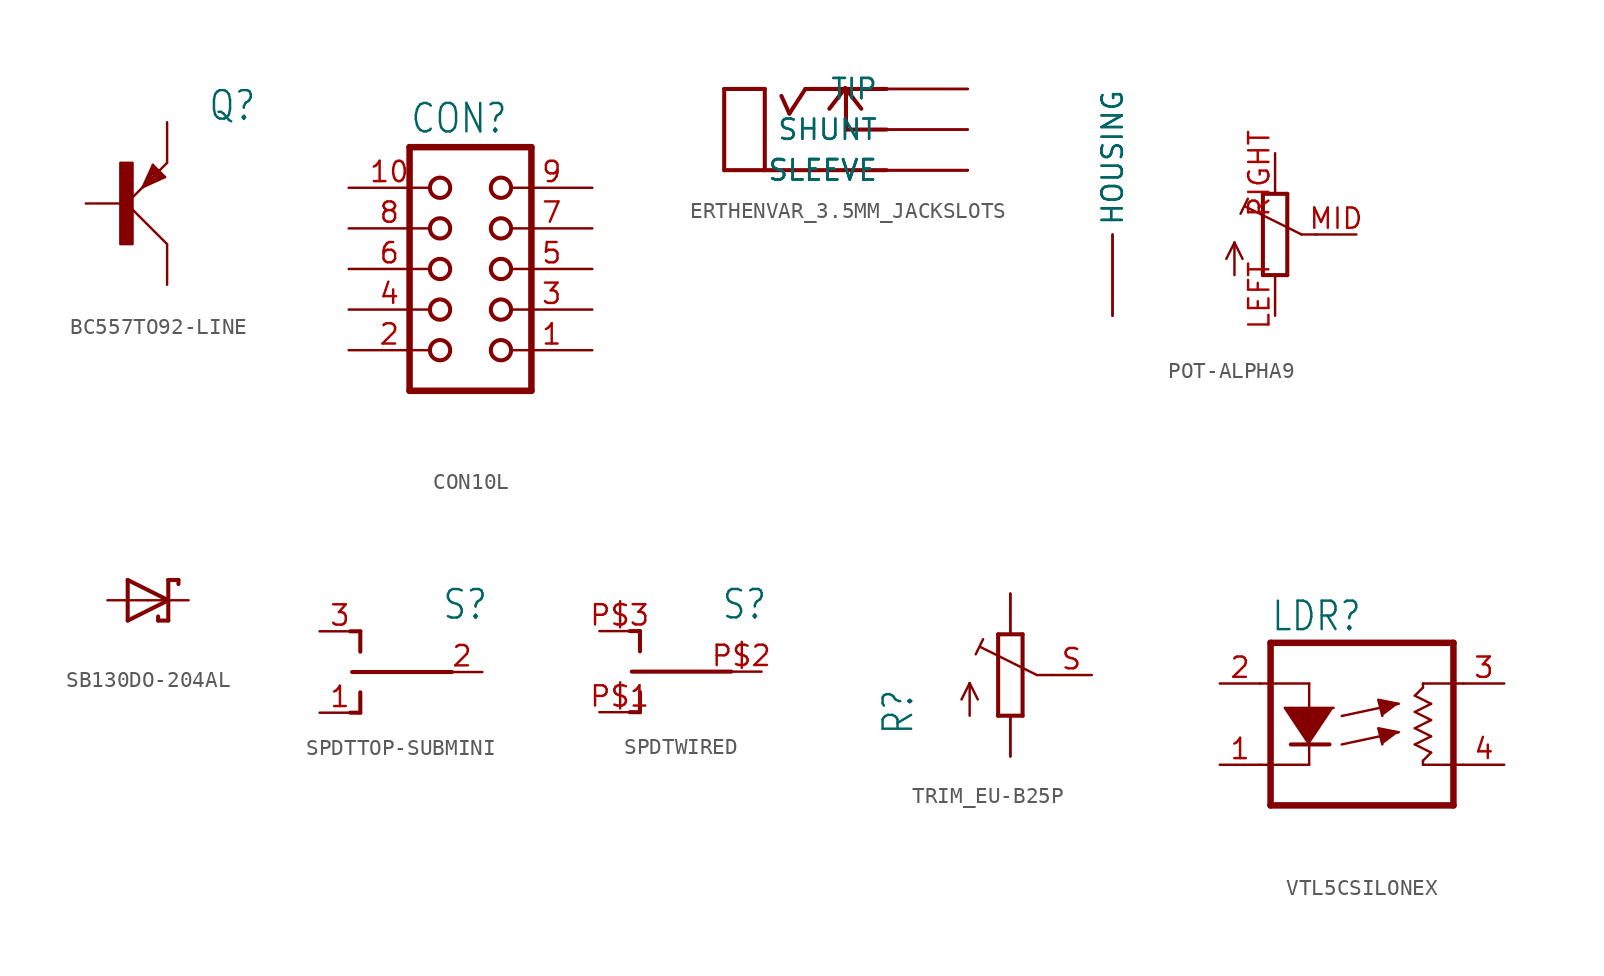
<source format=kicad_sym>
(kicad_symbol_lib
  (version 20231120)
  (generator "kicad_symbol_editor")
  (generator_version "8.0")
  (symbol "BC557TO92-LINE"
    (property "Reference" "Q"
      (at 5.08 5.08 0)
      (effects (font (size 1.778 1.511)) (justify left bottom)))
    (property "Value" ""
      (at 5.08 2.54 0)
      (effects (font (size 1.778 1.511)) (justify left bottom)))
    (property "ki_locked" ""
      (at 0 0 0)
      (effects (font (size 1.27 1.27))))
    (symbol "BC557TO92-LINE_1_0"
      (rectangle (start -0.381 -2.54) (end 0.381 2.54) (stroke (width 0) (type default)) (fill (type outline)))
      (polyline (pts (xy 0 0) (xy 1.016 1.016)) (stroke (width 0.152) (type solid)) (fill (type none)))
      (polyline (pts (xy 1.016 1.016) (xy 1.27 1.27)) (stroke (width 0.152) (type solid)) (fill (type none)))
      (polyline (pts (xy 1.016 1.016) (xy 2.413 1.651)) (stroke (width 0.152) (type solid)) (fill (type none)))
      (polyline (pts (xy 1.27 1.27) (xy 1.651 2.159)) (stroke (width 0.254) (type solid)) (fill (type none)))
      (polyline (pts (xy 1.27 1.27) (xy 2.54 2.54)) (stroke (width 0.152) (type solid)) (fill (type none)))
      (polyline (pts (xy 1.651 1.905) (xy 1.905 1.651)) (stroke (width 0.254) (type solid)) (fill (type none)))
      (polyline (pts (xy 1.651 2.159) (xy 2.159 1.651)) (stroke (width 0.254) (type solid)) (fill (type none)))
      (polyline (pts (xy 1.651 2.413) (xy 1.016 1.016)) (stroke (width 0.152) (type solid)) (fill (type none)))
      (polyline (pts (xy 2.159 1.651) (xy 1.27 1.27)) (stroke (width 0.254) (type solid)) (fill (type none)))
      (polyline (pts (xy 2.413 1.651) (xy 1.651 2.413)) (stroke (width 0.152) (type solid)) (fill (type none)))
      (polyline (pts (xy 2.54 -2.54) (xy 0 0)) (stroke (width 0.152) (type solid)) (fill (type none)))
      (pin passive line (at 2.54 5.08 270) (length 2.54) (name "E" (effects (font (size 0 0)))) (number "1" (effects (font (size 0 0)))))
      (pin passive line (at -2.54 0 0) (length 2.54) (name "B" (effects (font (size 0 0)))) (number "2" (effects (font (size 0 0)))))
      (pin passive line (at 2.54 -5.08 90) (length 2.54) (name "C" (effects (font (size 0 0)))) (number "3" (effects (font (size 0 0)))))))
  (symbol "CON10L"
    (property "Reference" "CON"
      (at -3.81 8.382 0)
      (effects (font (size 1.778 1.511)) (justify left bottom)))
    (property "Value" ""
      (at -3.81 -10.16 0)
      (effects (font (size 1.778 1.511)) (justify left bottom)))
    (property "ki_locked" ""
      (at 0 0 0)
      (effects (font (size 1.27 1.27))))
    (symbol "CON10L_1_0"
      (circle (center -1.905 -5.08) (radius 0.635) (stroke (width 0.254) (type solid)) (fill (type none)))
      (circle (center -1.905 -2.54) (radius 0.635) (stroke (width 0.254) (type solid)) (fill (type none)))
      (circle (center -1.905 0) (radius 0.635) (stroke (width 0.254) (type solid)) (fill (type none)))
      (circle (center -1.905 2.54) (radius 0.635) (stroke (width 0.254) (type solid)) (fill (type none)))
      (circle (center -1.905 5.08) (radius 0.635) (stroke (width 0.254) (type solid)) (fill (type none)))
      (polyline (pts (xy -3.81 7.62) (xy -3.81 -7.62)) (stroke (width 0.406) (type solid)) (fill (type none)))
      (polyline (pts (xy -3.81 7.62) (xy 3.81 7.62)) (stroke (width 0.406) (type solid)) (fill (type none)))
      (polyline (pts (xy 3.81 -7.62) (xy -3.81 -7.62)) (stroke (width 0.406) (type solid)) (fill (type none)))
      (polyline (pts (xy 3.81 -7.62) (xy 3.81 7.62)) (stroke (width 0.406) (type solid)) (fill (type none)))
      (circle (center 1.905 -5.08) (radius 0.635) (stroke (width 0.254) (type solid)) (fill (type none)))
      (circle (center 1.905 -2.54) (radius 0.635) (stroke (width 0.254) (type solid)) (fill (type none)))
      (circle (center 1.905 0) (radius 0.635) (stroke (width 0.254) (type solid)) (fill (type none)))
      (circle (center 1.905 2.54) (radius 0.635) (stroke (width 0.254) (type solid)) (fill (type none)))
      (circle (center 1.905 5.08) (radius 0.635) (stroke (width 0.254) (type solid)) (fill (type none)))
      (pin passive line (at 7.62 -5.08 180) (length 5.08) (name "1" (effects (font (size 0 0)))) (number "1" (effects (font (size 1.27 1.27)))))
      (pin passive line (at -7.62 5.08 0) (length 5.08) (name "10" (effects (font (size 0 0)))) (number "10" (effects (font (size 1.27 1.27)))))
      (pin passive line (at -7.62 -5.08 0) (length 5.08) (name "2" (effects (font (size 0 0)))) (number "2" (effects (font (size 1.27 1.27)))))
      (pin passive line (at 7.62 -2.54 180) (length 5.08) (name "3" (effects (font (size 0 0)))) (number "3" (effects (font (size 1.27 1.27)))))
      (pin passive line (at -7.62 -2.54 0) (length 5.08) (name "4" (effects (font (size 0 0)))) (number "4" (effects (font (size 1.27 1.27)))))
      (pin passive line (at 7.62 0 180) (length 5.08) (name "5" (effects (font (size 0 0)))) (number "5" (effects (font (size 1.27 1.27)))))
      (pin passive line (at -7.62 0 0) (length 5.08) (name "6" (effects (font (size 0 0)))) (number "6" (effects (font (size 1.27 1.27)))))
      (pin passive line (at 7.62 2.54 180) (length 5.08) (name "7" (effects (font (size 0 0)))) (number "7" (effects (font (size 1.27 1.27)))))
      (pin passive line (at -7.62 2.54 0) (length 5.08) (name "8" (effects (font (size 0 0)))) (number "8" (effects (font (size 1.27 1.27)))))
      (pin passive line (at 7.62 5.08 180) (length 5.08) (name "9" (effects (font (size 0 0)))) (number "9" (effects (font (size 1.27 1.27)))))))
  (symbol "ERTHENVAR_3.5MM_JACKSLOTS"
    (property "Reference" ""
      (at 0 0 0)
      (effects (font (size 1.27 1.27)) (hide yes)))
    (property "ki_locked" ""
      (at 0 0 0)
      (effects (font (size 1.27 1.27))))
    (symbol "ERTHENVAR_3.5MM_JACKSLOTS_1_0"
      (polyline (pts (xy -5.08 -2.54) (xy -5.08 2.54)) (stroke (width 0.254) (type solid)) (fill (type none)))
      (polyline (pts (xy -5.08 -2.54) (xy -2.54 -2.54)) (stroke (width 0.254) (type solid)) (fill (type none)))
      (polyline (pts (xy -5.08 2.54) (xy -2.54 2.54)) (stroke (width 0.254) (type solid)) (fill (type none)))
      (polyline (pts (xy -2.54 -2.54) (xy 5.08 -2.54)) (stroke (width 0.254) (type solid)) (fill (type none)))
      (polyline (pts (xy -2.54 2.54) (xy -2.54 -2.54)) (stroke (width 0.254) (type solid)) (fill (type none)))
      (polyline (pts (xy -1 1) (xy -1.5 2.1)) (stroke (width 0.254) (type solid)) (fill (type none)))
      (polyline (pts (xy -1 1) (xy 0 2.54)) (stroke (width 0.254) (type solid)) (fill (type none)))
      (polyline (pts (xy 0 2.54) (xy 2.54 2.54)) (stroke (width 0.254) (type solid)) (fill (type none)))
      (polyline (pts (xy 2.5 2.6) (xy 1.5 1.3)) (stroke (width 0.254) (type solid)) (fill (type none)))
      (polyline (pts (xy 2.5 2.6) (xy 3.5 1.3)) (stroke (width 0.254) (type solid)) (fill (type none)))
      (polyline (pts (xy 2.54 0) (xy 2.54 2.54)) (stroke (width 0.254) (type solid)) (fill (type none)))
      (polyline (pts (xy 2.54 2.54) (xy 5.08 2.54)) (stroke (width 0.254) (type solid)) (fill (type none)))
      (polyline (pts (xy 5.08 0) (xy 2.54 0)) (stroke (width 0.254) (type solid)) (fill (type none)))
      (pin bidirectional line (at 10.16 0 180) (length 5.08) (name "SHUNT" (effects (font (size 1.27 1.27)))) (number "NORMLB" (effects (font (size 0 0)))))
      (pin bidirectional line (at 10.16 0 180) (length 5.08) (name "SHUNT" (effects (font (size 1.27 1.27)))) (number "NORMLT" (effects (font (size 0 0)))))
      (pin bidirectional line (at 10.16 -2.54 180) (length 5.08) (name "SLEEVE" (effects (font (size 1.27 1.27)))) (number "RING1B" (effects (font (size 0 0)))))
      (pin bidirectional line (at 10.16 -2.54 180) (length 5.08) (name "SLEEVE" (effects (font (size 1.27 1.27)))) (number "RING1T" (effects (font (size 0 0)))))
      (pin bidirectional line (at 10.16 -2.54 180) (length 5.08) (name "SLEEVE" (effects (font (size 1.27 1.27)))) (number "RING2B" (effects (font (size 0 0)))))
      (pin bidirectional line (at 10.16 -2.54 180) (length 5.08) (name "SLEEVE" (effects (font (size 1.27 1.27)))) (number "RING2T" (effects (font (size 0 0)))))
      (pin bidirectional line (at 10.16 2.54 180) (length 5.08) (name "TIP" (effects (font (size 1.27 1.27)))) (number "TIPB" (effects (font (size 0 0)))))
      (pin bidirectional line (at 10.16 2.54 180) (length 5.08) (name "TIP" (effects (font (size 1.27 1.27)))) (number "TIPT" (effects (font (size 0 0)))))))
  (symbol "POT-ALPHA9"
    (property "Reference" ""
      (at -5.969 -3.81 90)
      (effects (font (size 1.778 1.511)) (justify left bottom) (hide yes)))
    (property "Value" ""
      (at -3.81 -3.81 90)
      (effects (font (size 1.778 1.511)) (justify left bottom)))
    (property "ki_locked" ""
      (at 0 0 0)
      (effects (font (size 1.27 1.27))))
    (symbol "POT-ALPHA9_1_0"
      (polyline (pts (xy -2.54 -2.54) (xy -2.54 -0.508)) (stroke (width 0.152) (type solid)) (fill (type none)))
      (polyline (pts (xy -2.54 -0.508) (xy -3.048 -1.524)) (stroke (width 0.152) (type solid)) (fill (type none)))
      (polyline (pts (xy -2.54 -0.508) (xy -2.032 -1.524)) (stroke (width 0.152) (type solid)) (fill (type none)))
      (polyline (pts (xy -2.16 1.294) (xy -1.702 2.235)) (stroke (width 0.152) (type solid)) (fill (type none)))
      (polyline (pts (xy -0.762 -2.54) (xy 0.762 -2.54)) (stroke (width 0.254) (type solid)) (fill (type none)))
      (polyline (pts (xy -0.762 2.54) (xy -0.762 -2.54)) (stroke (width 0.254) (type solid)) (fill (type none)))
      (polyline (pts (xy 0.762 -2.54) (xy 0.762 2.54)) (stroke (width 0.254) (type solid)) (fill (type none)))
      (polyline (pts (xy 0.762 2.54) (xy -0.762 2.54)) (stroke (width 0.254) (type solid)) (fill (type none)))
      (polyline (pts (xy 1.651 0) (xy -1.88 1.753)) (stroke (width 0.152) (type solid)) (fill (type none)))
      (polyline (pts (xy 2.54 0) (xy 1.651 0)) (stroke (width 0.152) (type solid)) (fill (type none)))
      (pin bidirectional line (at -10.16 -5.08 90) (length 5.08) (name "HOUSING" (effects (font (size 1.27 1.27)))) (number "GND$1" (effects (font (size 0 0)))))
      (pin bidirectional line (at -10.16 -5.08 90) (length 5.08) (name "HOUSING" (effects (font (size 1.27 1.27)))) (number "GND$2" (effects (font (size 0 0)))))
      (pin passive line (at 0 -5.08 90) (length 2.54) (name "LEFT" (effects (font (size 0 0)))) (number "LEFT" (effects (font (size 1.27 1.27)))))
      (pin passive line (at 5.08 0 180) (length 2.54) (name "MID" (effects (font (size 0 0)))) (number "MID" (effects (font (size 1.27 1.27)))))
      (pin passive line (at 0 5.08 270) (length 2.54) (name "RIGHT" (effects (font (size 0 0)))) (number "RIGHT" (effects (font (size 1.27 1.27)))))))
  (symbol "SB130DO-204AL"
    (property "Reference" ""
      (at -2.286 1.905 0)
      (effects (font (size 1.778 1.511)) (justify left bottom) (hide yes)))
    (property "Value" ""
      (at -2.286 -3.429 0)
      (effects (font (size 1.778 1.511)) (justify left bottom)))
    (property "ki_locked" ""
      (at 0 0 0)
      (effects (font (size 1.27 1.27))))
    (symbol "SB130DO-204AL_1_0"
      (polyline (pts (xy -1.27 -1.27) (xy 1.27 0)) (stroke (width 0.254) (type solid)) (fill (type none)))
      (polyline (pts (xy -1.27 1.27) (xy -1.27 -1.27)) (stroke (width 0.254) (type solid)) (fill (type none)))
      (polyline (pts (xy 0.635 -1.016) (xy 0.635 -1.27)) (stroke (width 0.254) (type solid)) (fill (type none)))
      (polyline (pts (xy 1.27 -1.27) (xy 0.635 -1.27)) (stroke (width 0.254) (type solid)) (fill (type none)))
      (polyline (pts (xy 1.27 0) (xy -1.27 1.27)) (stroke (width 0.254) (type solid)) (fill (type none)))
      (polyline (pts (xy 1.27 0) (xy 1.27 -1.27)) (stroke (width 0.254) (type solid)) (fill (type none)))
      (polyline (pts (xy 1.27 1.27) (xy 1.27 0)) (stroke (width 0.254) (type solid)) (fill (type none)))
      (polyline (pts (xy 1.905 1.27) (xy 1.27 1.27)) (stroke (width 0.254) (type solid)) (fill (type none)))
      (polyline (pts (xy 1.905 1.27) (xy 1.905 1.016)) (stroke (width 0.254) (type solid)) (fill (type none)))
      (pin passive line (at -2.54 0 0) (length 2.54) (name "A" (effects (font (size 0 0)))) (number "A" (effects (font (size 0 0)))))
      (pin passive line (at 2.54 0 180) (length 2.54) (name "C" (effects (font (size 0 0)))) (number "C" (effects (font (size 0 0)))))))
  (symbol "SPDTTOP-SUBMINI"
    (property "Reference" "S"
      (at 2.54 3.175 0)
      (effects (font (size 1.778 1.511)) (justify left bottom)))
    (property "Value" ""
      (at 2.54 0.635 0)
      (effects (font (size 1.778 1.511)) (justify left bottom)))
    (property "ki_locked" ""
      (at 0 0 0)
      (effects (font (size 1.27 1.27))))
    (symbol "SPDTTOP-SUBMINI_1_0"
      (polyline (pts (xy -2.54 -2.54) (xy -3.175 -2.54)) (stroke (width 0.254) (type solid)) (fill (type none)))
      (polyline (pts (xy -2.54 -2.54) (xy -2.54 -1.27)) (stroke (width 0.254) (type solid)) (fill (type none)))
      (polyline (pts (xy -2.54 1.27) (xy -2.54 2.54)) (stroke (width 0.254) (type solid)) (fill (type none)))
      (polyline (pts (xy -2.54 2.54) (xy -3.175 2.54)) (stroke (width 0.254) (type solid)) (fill (type none)))
      (polyline (pts (xy 3.175 0) (xy -3.048 0)) (stroke (width 0.254) (type solid)) (fill (type none)))
      (pin passive line (at -5.08 -2.54 0) (length 2.54) (name "1" (effects (font (size 0 0)))) (number "1" (effects (font (size 1.27 1.27)))))
      (pin passive line (at 5.08 0 180) (length 2.54) (name "2" (effects (font (size 0 0)))) (number "2" (effects (font (size 1.27 1.27)))))
      (pin passive line (at -5.08 2.54 0) (length 2.54) (name "3" (effects (font (size 0 0)))) (number "3" (effects (font (size 1.27 1.27)))))))
  (symbol "SPDTWIRED"
    (property "Reference" "S"
      (at 2.54 3.175 0)
      (effects (font (size 1.778 1.511)) (justify left bottom)))
    (property "Value" ""
      (at 2.54 0.635 0)
      (effects (font (size 1.778 1.511)) (justify left bottom)))
    (property "ki_locked" ""
      (at 0 0 0)
      (effects (font (size 1.27 1.27))))
    (symbol "SPDTWIRED_1_0"
      (polyline (pts (xy -2.54 -2.54) (xy -3.175 -2.54)) (stroke (width 0.254) (type solid)) (fill (type none)))
      (polyline (pts (xy -2.54 -2.54) (xy -2.54 -1.27)) (stroke (width 0.254) (type solid)) (fill (type none)))
      (polyline (pts (xy -2.54 1.27) (xy -2.54 2.54)) (stroke (width 0.254) (type solid)) (fill (type none)))
      (polyline (pts (xy -2.54 2.54) (xy -3.175 2.54)) (stroke (width 0.254) (type solid)) (fill (type none)))
      (polyline (pts (xy 3.175 0) (xy -3.048 0)) (stroke (width 0.254) (type solid)) (fill (type none)))
      (pin passive line (at -5.08 -2.54 0) (length 2.54) (name "1" (effects (font (size 0 0)))) (number "P$1" (effects (font (size 1.27 1.27)))))
      (pin passive line (at 5.08 0 180) (length 2.54) (name "2" (effects (font (size 0 0)))) (number "P$2" (effects (font (size 1.27 1.27)))))
      (pin passive line (at -5.08 2.54 0) (length 2.54) (name "3" (effects (font (size 0 0)))) (number "P$3" (effects (font (size 1.27 1.27)))))))
  (symbol "TRIM_EU-B25P"
    (property "Reference" "R"
      (at -5.969 -3.81 90)
      (effects (font (size 1.778 1.511)) (justify left bottom)))
    (property "Value" ""
      (at -3.81 -3.81 90)
      (effects (font (size 1.778 1.511)) (justify left bottom)))
    (property "ki_locked" ""
      (at 0 0 0)
      (effects (font (size 1.27 1.27))))
    (symbol "TRIM_EU-B25P_1_0"
      (polyline (pts (xy -2.54 -2.54) (xy -2.54 -0.508)) (stroke (width 0.152) (type solid)) (fill (type none)))
      (polyline (pts (xy -2.54 -0.508) (xy -3.048 -1.524)) (stroke (width 0.152) (type solid)) (fill (type none)))
      (polyline (pts (xy -2.54 -0.508) (xy -2.032 -1.524)) (stroke (width 0.152) (type solid)) (fill (type none)))
      (polyline (pts (xy -2.16 1.294) (xy -1.702 2.235)) (stroke (width 0.152) (type solid)) (fill (type none)))
      (polyline (pts (xy -0.762 -2.54) (xy 0.762 -2.54)) (stroke (width 0.254) (type solid)) (fill (type none)))
      (polyline (pts (xy -0.762 2.54) (xy -0.762 -2.54)) (stroke (width 0.254) (type solid)) (fill (type none)))
      (polyline (pts (xy 0.762 -2.54) (xy 0.762 2.54)) (stroke (width 0.254) (type solid)) (fill (type none)))
      (polyline (pts (xy 0.762 2.54) (xy -0.762 2.54)) (stroke (width 0.254) (type solid)) (fill (type none)))
      (polyline (pts (xy 1.651 0) (xy -1.88 1.753)) (stroke (width 0.152) (type solid)) (fill (type none)))
      (polyline (pts (xy 2.54 0) (xy 1.651 0)) (stroke (width 0.152) (type solid)) (fill (type none)))
      (pin passive line (at 0 -5.08 90) (length 2.54) (name "A" (effects (font (size 0 0)))) (number "A" (effects (font (size 0 0)))))
      (pin passive line (at 0 -5.08 90) (length 2.54) (name "A" (effects (font (size 0 0)))) (number "AA" (effects (font (size 0 0)))))
      (pin passive line (at 0 5.08 270) (length 2.54) (name "E" (effects (font (size 0 0)))) (number "E" (effects (font (size 0 0)))))
      (pin passive line (at 0 5.08 270) (length 2.54) (name "E" (effects (font (size 0 0)))) (number "EE" (effects (font (size 0 0)))))
      (pin passive line (at 5.08 0 180) (length 2.54) (name "S" (effects (font (size 0 0)))) (number "S" (effects (font (size 1.27 1.27)))))))
  (symbol "VTL5CSILONEX"
    (property "Reference" "LDR"
      (at -6.985 5.715 0)
      (effects (font (size 1.778 1.511)) (justify left bottom)))
    (property "Value" ""
      (at -6.985 -7.62 0)
      (effects (font (size 1.778 1.511)) (justify left bottom)))
    (property "ki_locked" ""
      (at 0 0 0)
      (effects (font (size 1.27 1.27))))
    (symbol "VTL5CSILONEX_1_0"
      (polyline (pts (xy -6.985 -5.08) (xy 4.445 -5.08)) (stroke (width 0.406) (type solid)) (fill (type none)))
      (polyline (pts (xy -6.985 5.08) (xy -6.985 -5.08)) (stroke (width 0.406) (type solid)) (fill (type none)))
      (polyline (pts (xy -6.985 5.08) (xy 4.445 5.08)) (stroke (width 0.406) (type solid)) (fill (type none)))
      (polyline (pts (xy -4.572 -2.54) (xy -7.62 -2.54)) (stroke (width 0.152) (type solid)) (fill (type none)))
      (polyline (pts (xy -4.572 -1.27) (xy -5.715 -1.27)) (stroke (width 0.254) (type solid)) (fill (type none)))
      (polyline (pts (xy -4.572 -1.27) (xy -4.572 -2.54)) (stroke (width 0.152) (type solid)) (fill (type none)))
      (polyline (pts (xy -4.572 2.54) (xy -7.62 2.54)) (stroke (width 0.152) (type solid)) (fill (type none)))
      (polyline (pts (xy -4.572 2.54) (xy -4.572 1.016)) (stroke (width 0.152) (type solid)) (fill (type none)))
      (polyline (pts (xy -3.302 -1.27) (xy -4.572 -1.27)) (stroke (width 0.254) (type solid)) (fill (type none)))
      (polyline (pts (xy -2.54 -1.27) (xy 1.016 -0.508)) (stroke (width 0.152) (type solid)) (fill (type none)))
      (polyline (pts (xy -2.54 0.508) (xy 1.016 1.27)) (stroke (width 0.152) (type solid)) (fill (type none)))
      (polyline (pts (xy 2.032 -1.27) (xy 3.048 -1.778)) (stroke (width 0.152) (type solid)) (fill (type none)))
      (polyline (pts (xy 2.032 -0.254) (xy 3.048 -0.762)) (stroke (width 0.152) (type solid)) (fill (type none)))
      (polyline (pts (xy 2.032 0.762) (xy 3.048 0.254)) (stroke (width 0.152) (type solid)) (fill (type none)))
      (polyline (pts (xy 2.032 1.778) (xy 3.048 1.27)) (stroke (width 0.152) (type solid)) (fill (type none)))
      (polyline (pts (xy 2.54 -2.54) (xy 2.54 -2.286)) (stroke (width 0.152) (type solid)) (fill (type none)))
      (polyline (pts (xy 2.54 -2.54) (xy 5.08 -2.54)) (stroke (width 0.152) (type solid)) (fill (type none)))
      (polyline (pts (xy 2.54 2.286) (xy 2.032 1.778)) (stroke (width 0.152) (type solid)) (fill (type none)))
      (polyline (pts (xy 2.54 2.54) (xy 2.54 2.286)) (stroke (width 0.152) (type solid)) (fill (type none)))
      (polyline (pts (xy 2.54 2.54) (xy 5.08 2.54)) (stroke (width 0.152) (type solid)) (fill (type none)))
      (polyline (pts (xy 3.048 -1.778) (xy 2.54 -2.286)) (stroke (width 0.152) (type solid)) (fill (type none)))
      (polyline (pts (xy 3.048 -0.762) (xy 2.032 -1.27)) (stroke (width 0.152) (type solid)) (fill (type none)))
      (polyline (pts (xy 3.048 0.254) (xy 2.032 -0.254)) (stroke (width 0.152) (type solid)) (fill (type none)))
      (polyline (pts (xy 3.048 1.27) (xy 2.032 0.762)) (stroke (width 0.152) (type solid)) (fill (type none)))
      (polyline (pts (xy 4.445 5.08) (xy 4.445 -5.08)) (stroke (width 0.406) (type solid)) (fill (type none)))
      (polyline (pts (xy -4.572 -1.27) (xy -6.096 1.016) (xy -3.048 1.016)) (stroke (width 0.152) (type solid)) (fill (type outline)))
      (polyline (pts (xy 1.016 -0.508) (xy -0.254 -0.254) (xy 0 -1.27)) (stroke (width 0.152) (type solid)) (fill (type outline)))
      (polyline (pts (xy 1.016 1.27) (xy -0.254 1.524) (xy 0 0.508)) (stroke (width 0.152) (type solid)) (fill (type outline)))
      (pin passive line (at -10.16 -2.54 0) (length 2.54) (name "C" (effects (font (size 0 0)))) (number "1" (effects (font (size 1.27 1.27)))))
      (pin passive line (at -10.16 2.54 0) (length 2.54) (name "A" (effects (font (size 0 0)))) (number "2" (effects (font (size 1.27 1.27)))))
      (pin passive line (at 7.62 2.54 180) (length 2.54) (name "L1" (effects (font (size 0 0)))) (number "3" (effects (font (size 1.27 1.27)))))
      (pin passive line (at 7.62 -2.54 180) (length 2.54) (name "L2" (effects (font (size 0 0)))) (number "4" (effects (font (size 1.27 1.27))))))))
</source>
